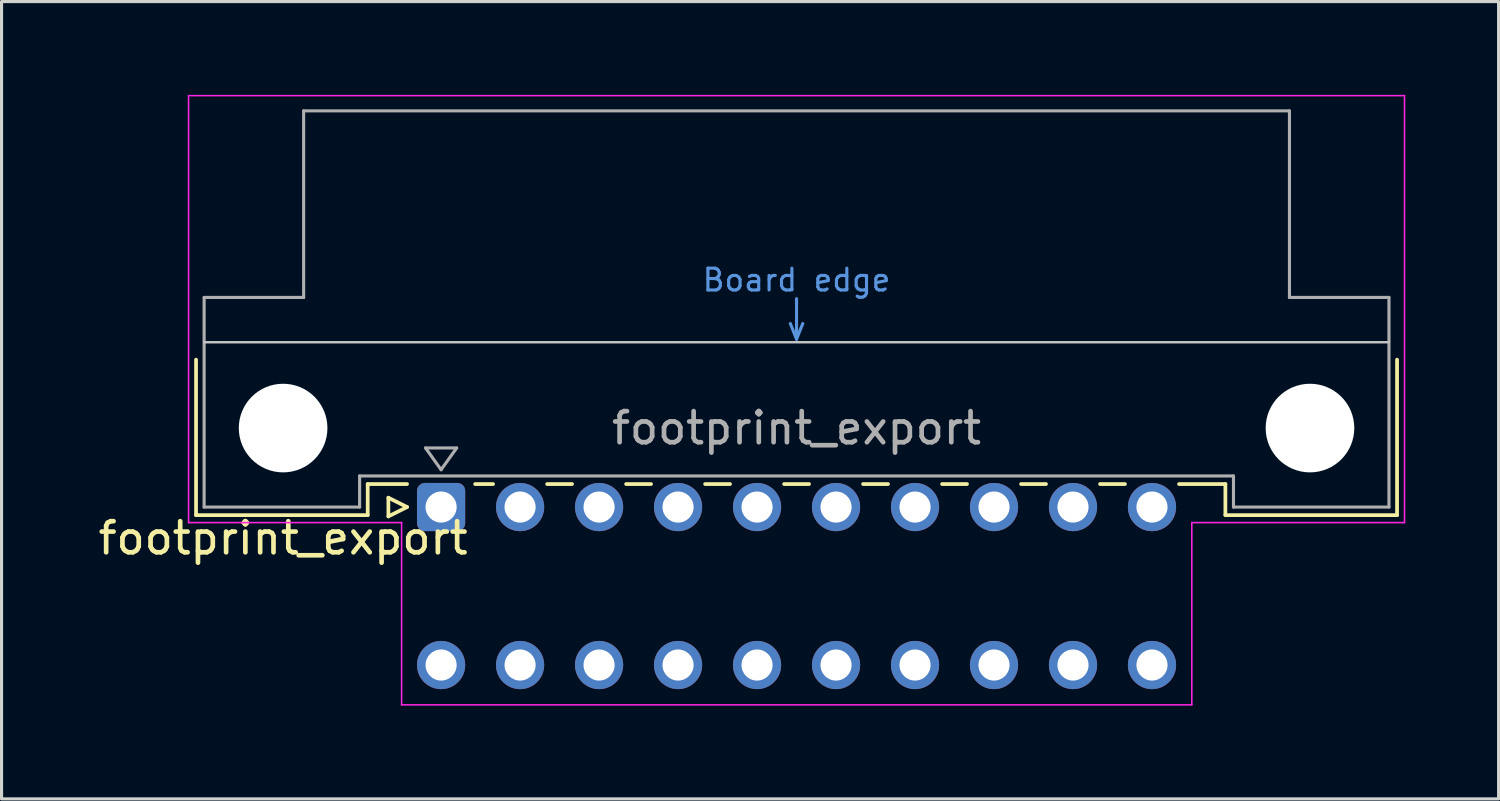
<source format=kicad_pcb>
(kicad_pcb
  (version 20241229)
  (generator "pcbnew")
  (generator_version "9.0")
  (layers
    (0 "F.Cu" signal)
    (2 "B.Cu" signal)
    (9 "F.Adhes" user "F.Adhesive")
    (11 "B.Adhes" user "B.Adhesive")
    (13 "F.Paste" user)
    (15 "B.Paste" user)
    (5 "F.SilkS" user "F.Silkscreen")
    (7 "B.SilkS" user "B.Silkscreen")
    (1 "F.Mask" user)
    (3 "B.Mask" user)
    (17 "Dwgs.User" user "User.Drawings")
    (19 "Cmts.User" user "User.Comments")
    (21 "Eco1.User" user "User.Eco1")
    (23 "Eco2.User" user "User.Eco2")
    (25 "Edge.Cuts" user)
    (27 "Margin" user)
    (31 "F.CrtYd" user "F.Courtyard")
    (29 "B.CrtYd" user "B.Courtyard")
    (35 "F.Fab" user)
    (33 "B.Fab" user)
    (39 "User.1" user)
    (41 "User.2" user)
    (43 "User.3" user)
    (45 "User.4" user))
  (footprint "footprint_export"
    (layer "F.Cu")
    (at 11.134 13.255)
    (property "Reference" "footprint_export" (at -5.08 1 0) (layer "F.SilkS") (effects (font (size 1 1) (thickness 0.15))))
    (attr through_hole)
    (fp_line (start -7.88 -4.74) (end -7.88 0.26) (stroke (width 0.12) (type solid)) (layer "F.SilkS"))
    (fp_line (start -7.88 0.26) (end -2.36 0.26) (stroke (width 0.12) (type solid)) (layer "F.SilkS"))
    (fp_line (start -2.361 -0.74) (end -1.095 -0.74) (stroke (width 0.12) (type solid)) (layer "F.SilkS"))
    (fp_line (start -2.36 0.26) (end -2.36 -0.74) (stroke (width 0.12) (type solid)) (layer "F.SilkS"))
    (fp_line (start -1.695 -0.3) (end -1.695 0.3) (stroke (width 0.12) (type solid)) (layer "F.SilkS"))
    (fp_line (start -1.695 0.3) (end -1.095 0) (stroke (width 0.12) (type solid)) (layer "F.SilkS"))
    (fp_line (start -1.095 0) (end -1.695 -0.3) (stroke (width 0.12) (type solid)) (layer "F.SilkS"))
    (fp_line (start 1.095 -0.74) (end 1.671 -0.74) (stroke (width 0.12) (type solid)) (layer "F.SilkS"))
    (fp_line (start 3.41 -0.74) (end 4.211 -0.74) (stroke (width 0.12) (type solid)) (layer "F.SilkS"))
    (fp_line (start 5.95 -0.74) (end 6.751 -0.74) (stroke (width 0.12) (type solid)) (layer "F.SilkS"))
    (fp_line (start 8.49 -0.74) (end 9.291 -0.74) (stroke (width 0.12) (type solid)) (layer "F.SilkS"))
    (fp_line (start 11.03 -0.74) (end 11.831 -0.74) (stroke (width 0.12) (type solid)) (layer "F.SilkS"))
    (fp_line (start 13.57 -0.74) (end 14.371 -0.74) (stroke (width 0.12) (type solid)) (layer "F.SilkS"))
    (fp_line (start 16.11 -0.74) (end 16.911 -0.74) (stroke (width 0.12) (type solid)) (layer "F.SilkS"))
    (fp_line (start 18.65 -0.74) (end 19.451 -0.74) (stroke (width 0.12) (type solid)) (layer "F.SilkS"))
    (fp_line (start 21.19 -0.74) (end 21.991 -0.74) (stroke (width 0.12) (type solid)) (layer "F.SilkS"))
    (fp_line (start 23.73 -0.74) (end 25.22 -0.74) (stroke (width 0.12) (type solid)) (layer "F.SilkS"))
    (fp_line (start 25.22 0.26) (end 25.22 -0.74) (stroke (width 0.12) (type solid)) (layer "F.SilkS"))
    (fp_line (start 30.74 -4.74) (end 30.74 0.26) (stroke (width 0.12) (type solid)) (layer "F.SilkS"))
    (fp_line (start 30.74 0.26) (end 25.22 0.26) (stroke (width 0.12) (type solid)) (layer "F.SilkS"))
    (fp_line (start -7.62 -5.3) (end 30.48 -5.3) (stroke (width 0.08) (type solid)) (layer "Dwgs.User"))
    (fp_line (start 11.23 -5.9) (end 11.43 -5.4) (stroke (width 0.1) (type solid)) (layer "Cmts.User"))
    (fp_line (start 11.43 -5.4) (end 11.43 -6.7) (stroke (width 0.1) (type solid)) (layer "Cmts.User"))
    (fp_line (start 11.43 -5.4) (end 11.63 -5.9) (stroke (width 0.1) (type solid)) (layer "Cmts.User"))
    (fp_line (start -8.12 -13.23) (end -8.12 0.5) (stroke (width 0.05) (type solid)) (layer "F.CrtYd"))
    (fp_line (start -8.12 0.5) (end -1.27 0.5) (stroke (width 0.05) (type solid)) (layer "F.CrtYd"))
    (fp_line (start -1.27 0.5) (end -1.27 6.36) (stroke (width 0.05) (type solid)) (layer "F.CrtYd"))
    (fp_line (start -1.27 6.36) (end 24.14 6.36) (stroke (width 0.05) (type solid)) (layer "F.CrtYd"))
    (fp_line (start 24.14 0.5) (end 30.98 0.5) (stroke (width 0.05) (type solid)) (layer "F.CrtYd"))
    (fp_line (start 24.14 6.36) (end 24.14 0.5) (stroke (width 0.05) (type solid)) (layer "F.CrtYd"))
    (fp_line (start 30.98 -13.23) (end -8.12 -13.23) (stroke (width 0.05) (type solid)) (layer "F.CrtYd"))
    (fp_line (start 30.98 0.5) (end 30.98 -13.23) (stroke (width 0.05) (type solid)) (layer "F.CrtYd"))
    (fp_line (start -7.62 -6.74) (end -7.62 0) (stroke (width 0.1) (type solid)) (layer "F.Fab"))
    (fp_line (start -7.62 0) (end -2.62 0) (stroke (width 0.1) (type solid)) (layer "F.Fab"))
    (fp_line (start -4.42 -12.74) (end -4.42 -6.74) (stroke (width 0.1) (type solid)) (layer "F.Fab"))
    (fp_line (start -4.42 -6.74) (end -7.62 -6.74) (stroke (width 0.1) (type solid)) (layer "F.Fab"))
    (fp_line (start -2.62 -1) (end 25.48 -1) (stroke (width 0.1) (type solid)) (layer "F.Fab"))
    (fp_line (start -2.62 0) (end -2.62 -1) (stroke (width 0.1) (type solid)) (layer "F.Fab"))
    (fp_line (start -0.5 -1.9) (end 0.5 -1.9) (stroke (width 0.1) (type solid)) (layer "F.Fab"))
    (fp_line (start 0 -1.2) (end -0.5 -1.9) (stroke (width 0.1) (type solid)) (layer "F.Fab"))
    (fp_line (start 0.5 -1.9) (end 0 -1.2) (stroke (width 0.1) (type solid)) (layer "F.Fab"))
    (fp_line (start 25.48 -1) (end 25.48 0) (stroke (width 0.1) (type solid)) (layer "F.Fab"))
    (fp_line (start 25.48 0) (end 30.48 0) (stroke (width 0.1) (type solid)) (layer "F.Fab"))
    (fp_line (start 27.28 -12.74) (end -4.42 -12.74) (stroke (width 0.1) (type solid)) (layer "F.Fab"))
    (fp_line (start 27.28 -6.74) (end 27.28 -12.74) (stroke (width 0.1) (type solid)) (layer "F.Fab"))
    (fp_line (start 30.48 -6.74) (end 27.28 -6.74) (stroke (width 0.1) (type solid)) (layer "F.Fab"))
    (fp_line (start 30.48 0) (end 30.48 -6.74) (stroke (width 0.1) (type solid)) (layer "F.Fab"))
    (fp_text user "Board edge" (at 11.43 -7.3 0) (layer "Cmts.User") (effects (font (size 0.7 0.7) (thickness 0.1))))
    (fp_text user "${REFERENCE}" (at 11.43 -2.54 0) (layer "F.Fab") (effects (font (size 1 1) (thickness 0.15))))
    (pad "" np_thru_hole circle (at -5.08 -2.54) (size 2.85 2.85) (drill 2.85) (layers "*.Cu" "*.Mask"))
    (pad "" np_thru_hole circle (at 27.94 -2.54) (size 2.85 2.85) (drill 2.85) (layers "*.Cu" "*.Mask"))
    (pad "a1" thru_hole roundrect (at 0 0) (size 1.55 1.55) (drill 1) (layers "*.Cu" "*.Mask") (roundrect_rratio 0.161))
    (pad "a2" thru_hole circle (at 2.54 0) (size 1.55 1.55) (drill 1) (layers "*.Cu" "*.Mask"))
    (pad "a3" thru_hole circle (at 5.08 0) (size 1.55 1.55) (drill 1) (layers "*.Cu" "*.Mask"))
    (pad "a4" thru_hole circle (at 7.62 0) (size 1.55 1.55) (drill 1) (layers "*.Cu" "*.Mask"))
    (pad "a5" thru_hole circle (at 10.16 0) (size 1.55 1.55) (drill 1) (layers "*.Cu" "*.Mask"))
    (pad "a6" thru_hole circle (at 12.7 0) (size 1.55 1.55) (drill 1) (layers "*.Cu" "*.Mask"))
    (pad "a7" thru_hole circle (at 15.24 0) (size 1.55 1.55) (drill 1) (layers "*.Cu" "*.Mask"))
    (pad "a8" thru_hole circle (at 17.78 0) (size 1.55 1.55) (drill 1) (layers "*.Cu" "*.Mask"))
    (pad "a9" thru_hole circle (at 20.32 0) (size 1.55 1.55) (drill 1) (layers "*.Cu" "*.Mask"))
    (pad "a10" thru_hole circle (at 22.86 0) (size 1.55 1.55) (drill 1) (layers "*.Cu" "*.Mask"))
    (pad "c1" thru_hole circle (at 0 5.08) (size 1.55 1.55) (drill 1) (layers "*.Cu" "*.Mask"))
    (pad "c2" thru_hole circle (at 2.54 5.08) (size 1.55 1.55) (drill 1) (layers "*.Cu" "*.Mask"))
    (pad "c3" thru_hole circle (at 5.08 5.08) (size 1.55 1.55) (drill 1) (layers "*.Cu" "*.Mask"))
    (pad "c4" thru_hole circle (at 7.62 5.08) (size 1.55 1.55) (drill 1) (layers "*.Cu" "*.Mask"))
    (pad "c5" thru_hole circle (at 10.16 5.08) (size 1.55 1.55) (drill 1) (layers "*.Cu" "*.Mask"))
    (pad "c6" thru_hole circle (at 12.7 5.08) (size 1.55 1.55) (drill 1) (layers "*.Cu" "*.Mask"))
    (pad "c7" thru_hole circle (at 15.24 5.08) (size 1.55 1.55) (drill 1) (layers "*.Cu" "*.Mask"))
    (pad "c8" thru_hole circle (at 17.78 5.08) (size 1.55 1.55) (drill 1) (layers "*.Cu" "*.Mask"))
    (pad "c9" thru_hole circle (at 20.32 5.08) (size 1.55 1.55) (drill 1) (layers "*.Cu" "*.Mask"))
    (pad "c10" thru_hole circle (at 22.86 5.08) (size 1.55 1.55) (drill 1) (layers "*.Cu" "*.Mask")))
  (gr_rect
    (start -3 -3)
    (end 45.139 22.64)
    (stroke (width 0.1) (type default))
    (fill no)
    (layer "Edge.Cuts")))
</source>
